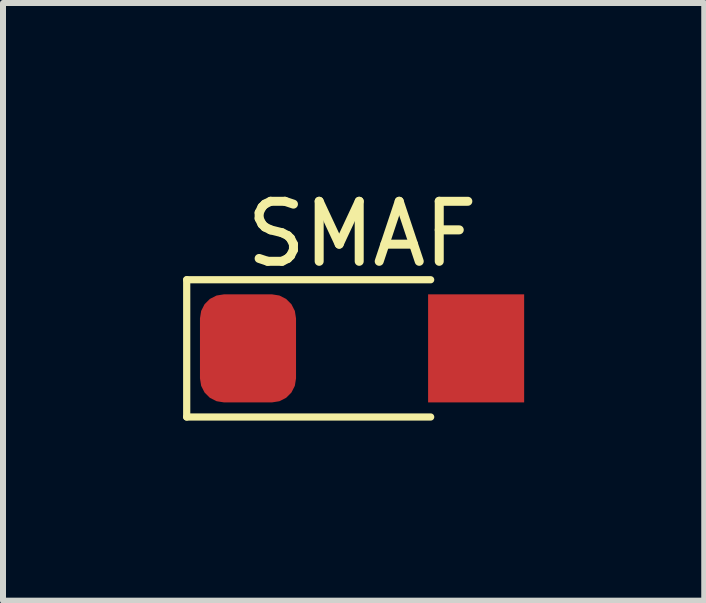
<source format=kicad_pcb>
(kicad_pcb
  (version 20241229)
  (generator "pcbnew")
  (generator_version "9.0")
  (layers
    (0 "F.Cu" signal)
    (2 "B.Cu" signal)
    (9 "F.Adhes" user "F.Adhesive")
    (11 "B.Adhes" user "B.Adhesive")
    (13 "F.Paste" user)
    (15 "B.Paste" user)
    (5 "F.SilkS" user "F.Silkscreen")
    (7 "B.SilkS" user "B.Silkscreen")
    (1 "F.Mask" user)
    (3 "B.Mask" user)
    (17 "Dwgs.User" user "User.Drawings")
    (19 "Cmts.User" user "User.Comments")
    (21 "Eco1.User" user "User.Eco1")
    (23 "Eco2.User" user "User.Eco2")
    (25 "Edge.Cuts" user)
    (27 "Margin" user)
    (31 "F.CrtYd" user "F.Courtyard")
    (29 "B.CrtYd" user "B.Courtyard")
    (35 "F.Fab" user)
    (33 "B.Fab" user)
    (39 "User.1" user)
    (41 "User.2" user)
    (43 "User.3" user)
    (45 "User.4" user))
  (footprint "SMAF"
    (layer "F.Cu")
    (at 2.981 2.753)
    (property "Reference" "SMAF" (at 0 -1.905 0) (layer "F.SilkS") (effects (font (size 1 1) (thickness 0.15))))
    (attr through_hole)
    (fp_line (start -2.921 -1.143) (end -2.921 1.143) (stroke (width 0.12) (type solid)) (layer "F.SilkS"))
    (fp_line (start -2.921 1.143) (end 1.143 1.143) (stroke (width 0.12) (type solid)) (layer "F.SilkS"))
    (fp_line (start 1.143 -1.143) (end -2.921 -1.143) (stroke (width 0.12) (type solid)) (layer "F.SilkS"))
    (pad "1" smd roundrect (at -1.9 0) (size 1.6 1.8) (layers "F.Cu" "F.Mask" "F.Paste") (roundrect_rratio 0.25))
    (pad "2" smd rect (at 1.9 0) (size 1.6 1.8) (layers "F.Cu" "F.Mask" "F.Paste")))
  (gr_rect
    (start -3 -3)
    (end 8.681 6.956)
    (stroke (width 0.1) (type default))
    (fill no)
    (layer "Edge.Cuts")))
</source>
